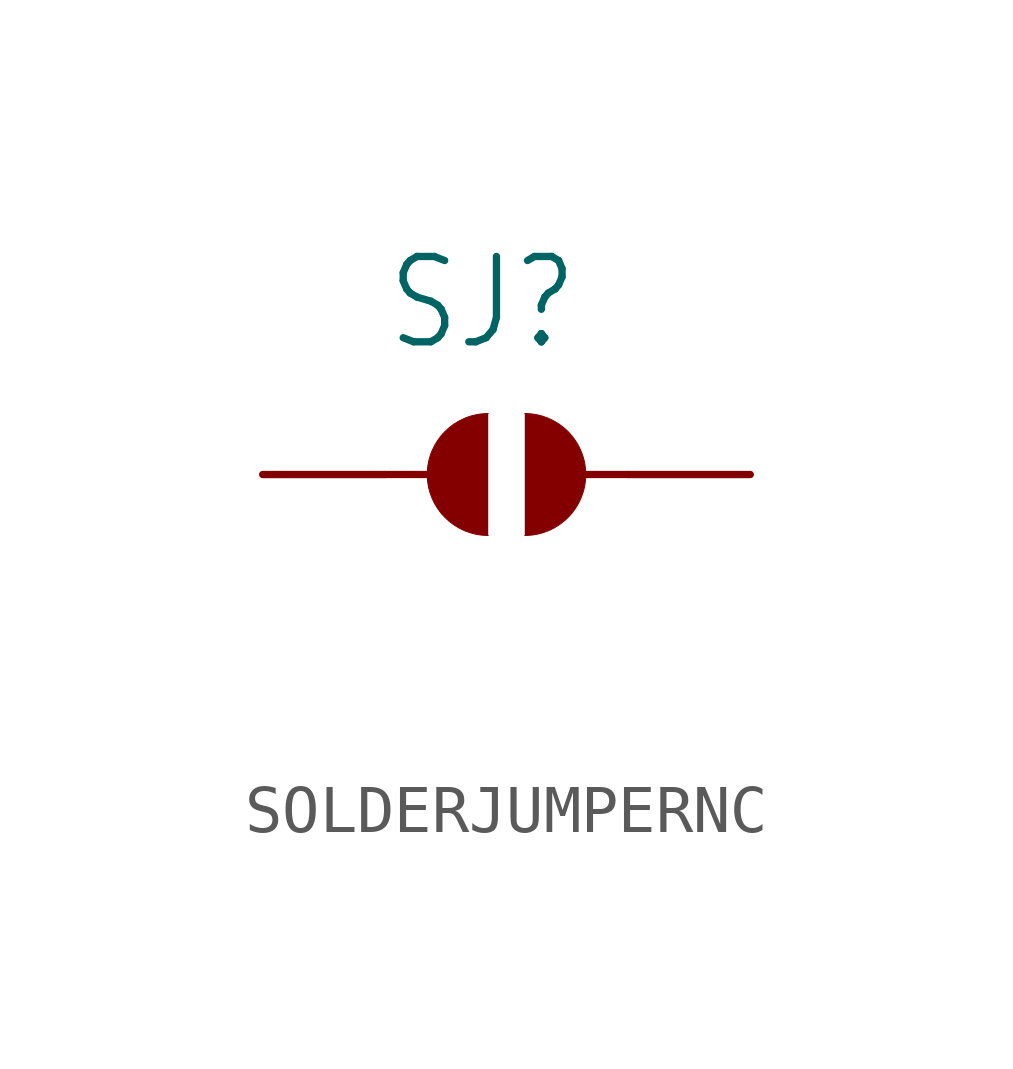
<source format=kicad_sym>
(kicad_symbol_lib
  (version 20241209)
  (generator "kicad_symbol_editor")
  (generator_version "9.0")
  (symbol "SOLDERJUMPERNC"
    (property "Reference" "SJ"
      (at -2.54 2.54 0)
      (effects (font (size 1.778 1.511)) (justify left bottom)))
    (property "Value" ""
      (at -2.54 -5.08 0)
      (effects (font (size 1.778 1.511)) (justify left bottom)))
    (property "ki_locked" ""
      (at 0 0 0)
      (effects (font (size 1.27 1.27))))
    (symbol "SOLDERJUMPERNC_1_0"
      (polyline (pts (xy -2.54 0) (xy -1.651 0)) (stroke (width 0.152) (type solid)) (fill (type none)))
      (arc (start -0.381 -1.27) (mid -1.651 0) (end -0.381 1.27) (stroke (width 0.0001) (type solid)) (fill (type outline)))
      (arc (start 0.381 1.27) (mid 1.651 0) (end 0.381 -1.27) (stroke (width 0.0001) (type solid)) (fill (type outline)))
      (polyline (pts (xy 2.54 0) (xy 1.651 0)) (stroke (width 0.152) (type solid)) (fill (type none)))
      (pin passive line (at -5.08 0 0) (length 2.54) (name "1" (effects (font (size 0 0)))) (number "1" (effects (font (size 0 0)))))
      (pin passive line (at 5.08 0 180) (length 2.54) (name "2" (effects (font (size 0 0)))) (number "2" (effects (font (size 0 0))))))))
</source>
